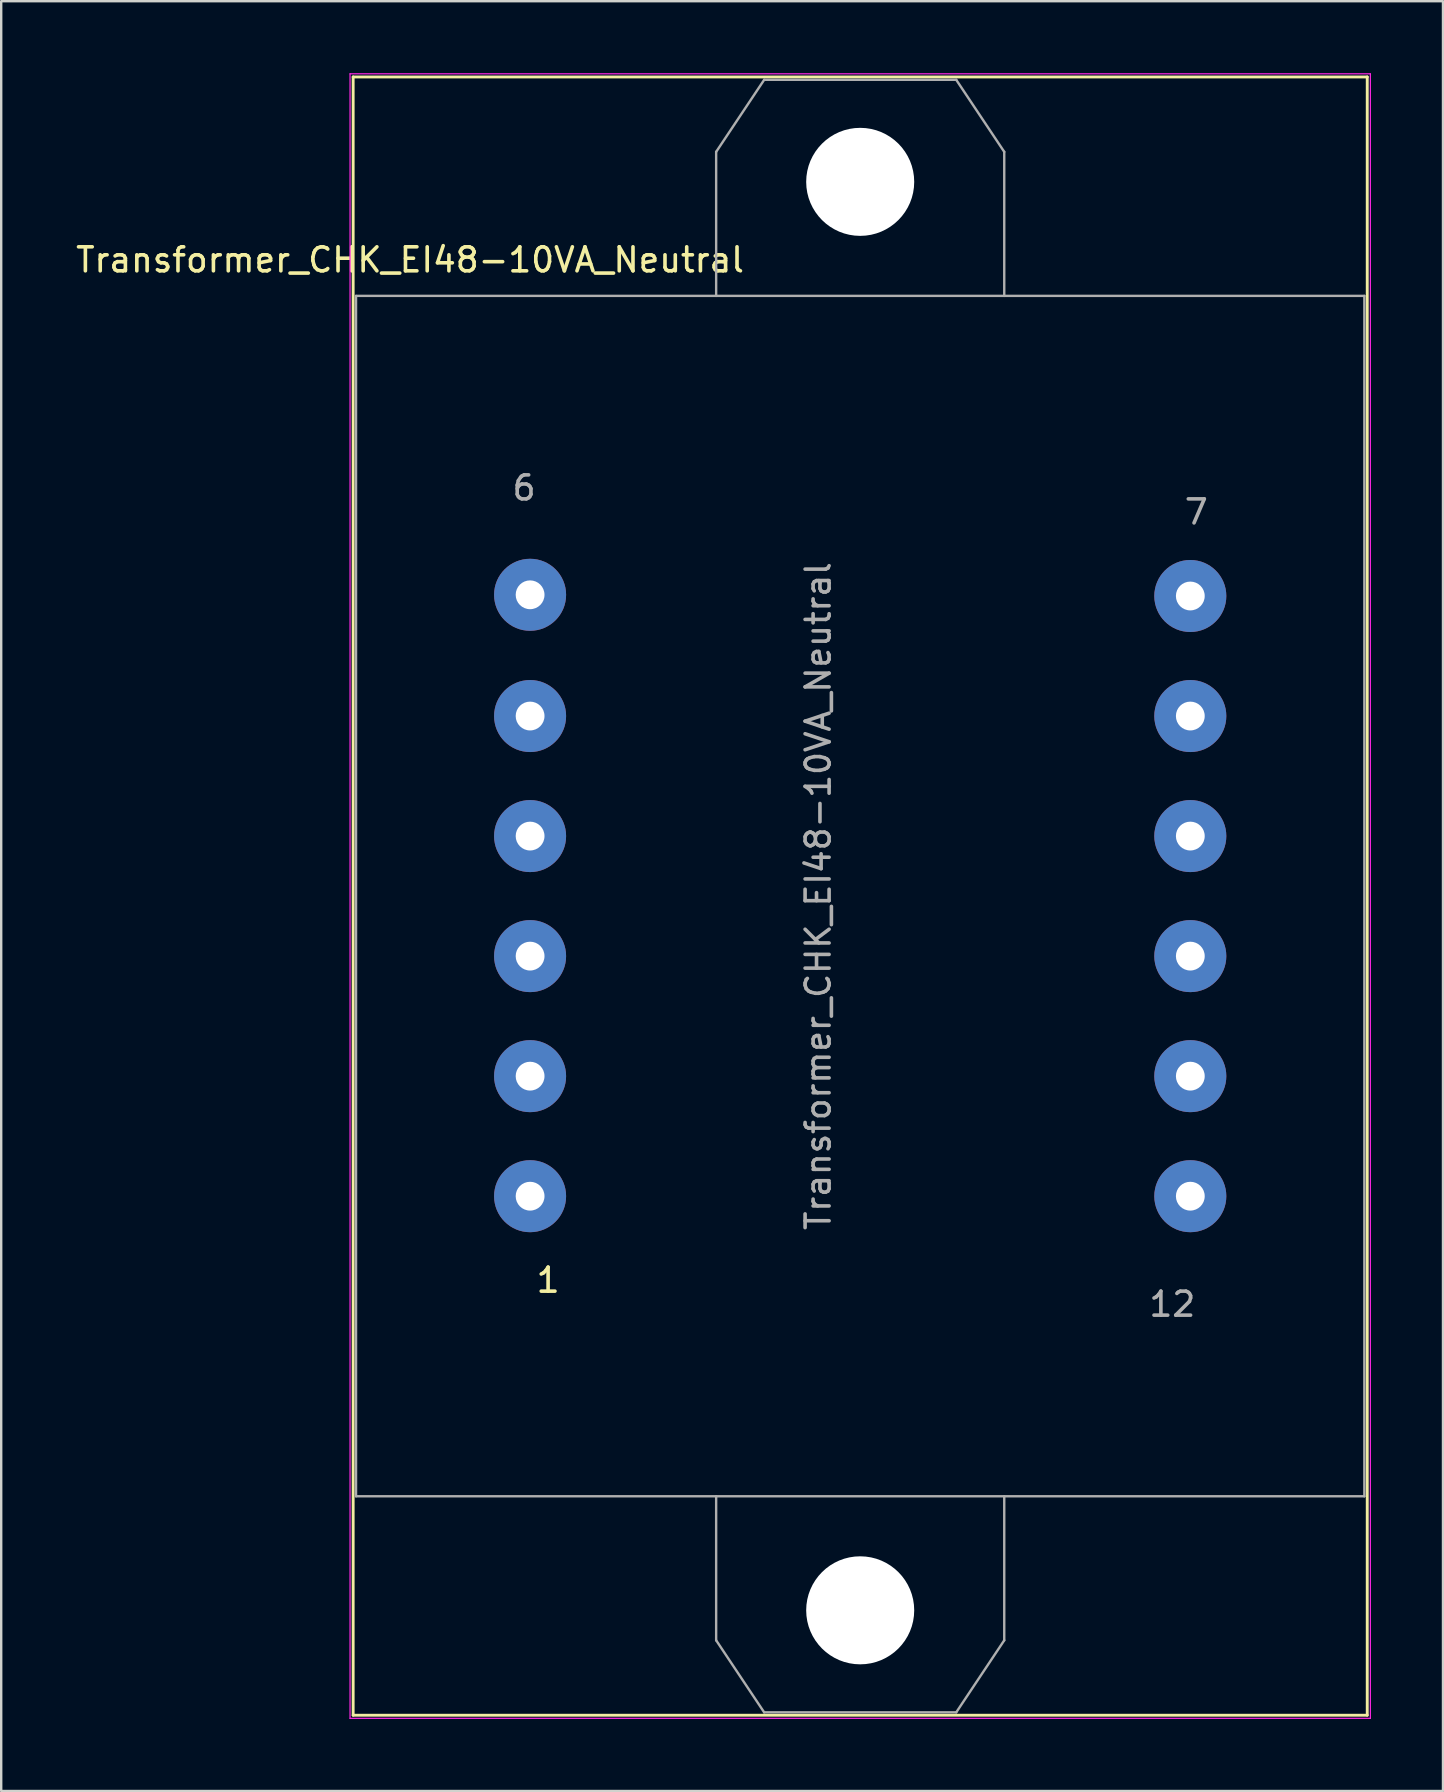
<source format=kicad_pcb>
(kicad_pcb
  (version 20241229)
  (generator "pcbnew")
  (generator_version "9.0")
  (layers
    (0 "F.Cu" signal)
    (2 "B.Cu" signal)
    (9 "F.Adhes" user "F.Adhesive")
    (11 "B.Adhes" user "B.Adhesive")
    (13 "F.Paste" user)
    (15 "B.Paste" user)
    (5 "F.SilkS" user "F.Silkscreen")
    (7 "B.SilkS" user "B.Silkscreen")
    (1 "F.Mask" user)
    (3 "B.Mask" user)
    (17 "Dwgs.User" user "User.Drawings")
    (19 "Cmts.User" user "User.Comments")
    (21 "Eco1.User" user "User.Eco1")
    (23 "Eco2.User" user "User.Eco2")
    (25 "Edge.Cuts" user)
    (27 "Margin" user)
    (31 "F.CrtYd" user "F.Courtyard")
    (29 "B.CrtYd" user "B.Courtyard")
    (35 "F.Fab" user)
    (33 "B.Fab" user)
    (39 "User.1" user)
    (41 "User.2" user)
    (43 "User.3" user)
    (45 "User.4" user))
  (footprint "Transformer_CHK_EI48-10VA_Neutral"
    (layer "F.Cu")
    (at 19.03 46.775)
    (property "Reference" "Transformer_CHK_EI48-10VA_Neutral" (at -5 -39 0) (layer "F.SilkS") (effects (font (size 1 1) (thickness 0.15))))
    (attr through_hole)
    (fp_line (start -7.37 -46.62) (end -7.37 21.62) (stroke (width 0.12) (type solid)) (layer "F.SilkS"))
    (fp_line (start -7.37 -46.62) (end 34.87 -46.62) (stroke (width 0.12) (type solid)) (layer "F.SilkS"))
    (fp_line (start 34.87 21.62) (end -7.37 21.62) (stroke (width 0.12) (type solid)) (layer "F.SilkS"))
    (fp_line (start 34.87 21.62) (end 34.87 -46.62) (stroke (width 0.12) (type solid)) (layer "F.SilkS"))
    (fp_line (start -7.5 -46.75) (end -7.5 21.75) (stroke (width 0.05) (type solid)) (layer "F.CrtYd"))
    (fp_line (start -7.5 -46.75) (end 35 -46.75) (stroke (width 0.05) (type solid)) (layer "F.CrtYd"))
    (fp_line (start 35 21.75) (end -7.5 21.75) (stroke (width 0.05) (type solid)) (layer "F.CrtYd"))
    (fp_line (start 35 21.75) (end 35 -46.75) (stroke (width 0.05) (type solid)) (layer "F.CrtYd"))
    (fp_line (start -7.25 -37.5) (end -7.25 12.5) (stroke (width 0.1) (type solid)) (layer "F.Fab"))
    (fp_line (start -7.25 12.5) (end 34.75 12.5) (stroke (width 0.1) (type solid)) (layer "F.Fab"))
    (fp_line (start 7.75 -43.5) (end 7.75 -37.5) (stroke (width 0.1) (type solid)) (layer "F.Fab"))
    (fp_line (start 7.75 18.5) (end 7.75 12.5) (stroke (width 0.1) (type solid)) (layer "F.Fab"))
    (fp_line (start 9.75 -46.5) (end 7.75 -43.5) (stroke (width 0.1) (type solid)) (layer "F.Fab"))
    (fp_line (start 9.75 21.5) (end 7.75 18.5) (stroke (width 0.1) (type solid)) (layer "F.Fab"))
    (fp_line (start 17.75 -46.5) (end 9.75 -46.5) (stroke (width 0.1) (type solid)) (layer "F.Fab"))
    (fp_line (start 17.75 21.5) (end 9.75 21.5) (stroke (width 0.1) (type solid)) (layer "F.Fab"))
    (fp_line (start 19.75 -43.5) (end 17.75 -46.5) (stroke (width 0.1) (type solid)) (layer "F.Fab"))
    (fp_line (start 19.75 -37.5) (end 19.75 -43.5) (stroke (width 0.1) (type solid)) (layer "F.Fab"))
    (fp_line (start 19.75 12.5) (end 19.75 18.5) (stroke (width 0.1) (type solid)) (layer "F.Fab"))
    (fp_line (start 19.75 18.5) (end 17.75 21.5) (stroke (width 0.1) (type solid)) (layer "F.Fab"))
    (fp_line (start 34.75 -37.5) (end -7.25 -37.5) (stroke (width 0.1) (type solid)) (layer "F.Fab"))
    (fp_line (start 34.75 12.5) (end 34.75 -37.5) (stroke (width 0.1) (type solid)) (layer "F.Fab"))
    (fp_text user "1" (at 0.75 3.5 0) (layer "F.SilkS") (effects (font (size 1 1) (thickness 0.15))))
    (fp_text user "6" (at -0.25 -29.5 0) (layer "F.Fab") (effects (font (size 1 1) (thickness 0.15))))
    (fp_text user "12" (at 26.75 4.5 0) (layer "F.Fab") (effects (font (size 1 1) (thickness 0.15))))
    (fp_text user "7" (at 27.75 -28.5 0) (layer "F.Fab") (effects (font (size 1 1) (thickness 0.15))))
    (fp_text user "${REFERENCE}" (at 12 -12.5 90) (layer "F.Fab") (effects (font (size 1 1) (thickness 0.15))))
    (pad "" np_thru_hole circle (at 13.75 -42.25) (size 4.5 4.5) (drill 4.5) (layers "*.Cu" "*.Mask"))
    (pad "" np_thru_hole circle (at 13.75 17.25) (size 4.5 4.5) (drill 4.5) (layers "*.Cu" "*.Mask"))
    (pad "1" thru_hole circle (at 0 0) (size 3 3) (drill 1.2) (layers "*.Cu" "*.Mask"))
    (pad "2" thru_hole circle (at 0 -5) (size 3 3) (drill 1.2) (layers "*.Cu" "*.Mask"))
    (pad "3" thru_hole circle (at 0 -10) (size 3 3) (drill 1.2) (layers "*.Cu" "*.Mask"))
    (pad "4" thru_hole circle (at 0 -15) (size 3 3) (drill 1.2) (layers "*.Cu" "*.Mask"))
    (pad "5" thru_hole circle (at 0 -20) (size 3 3) (drill 1.2) (layers "*.Cu" "*.Mask"))
    (pad "6" thru_hole circle (at 0 -25.05) (size 3 3) (drill 1.2) (layers "*.Cu" "*.Mask"))
    (pad "7" thru_hole circle (at 27.5 -25) (size 3 3) (drill 1.2) (layers "*.Cu" "*.Mask"))
    (pad "8" thru_hole circle (at 27.5 -20) (size 3 3) (drill 1.2) (layers "*.Cu" "*.Mask"))
    (pad "9" thru_hole circle (at 27.5 -15) (size 3 3) (drill 1.2) (layers "*.Cu" "*.Mask"))
    (pad "10" thru_hole circle (at 27.5 -10) (size 3 3) (drill 1.2) (layers "*.Cu" "*.Mask"))
    (pad "11" thru_hole circle (at 27.5 -5) (size 3 3) (drill 1.2) (layers "*.Cu" "*.Mask"))
    (pad "12" thru_hole circle (at 27.5 0) (size 3 3) (drill 1.2) (layers "*.Cu" "*.Mask")))
  (gr_rect
    (start -3 -3)
    (end 57.055 71.55)
    (stroke (width 0.1) (type default))
    (fill no)
    (layer "Edge.Cuts")))
</source>
